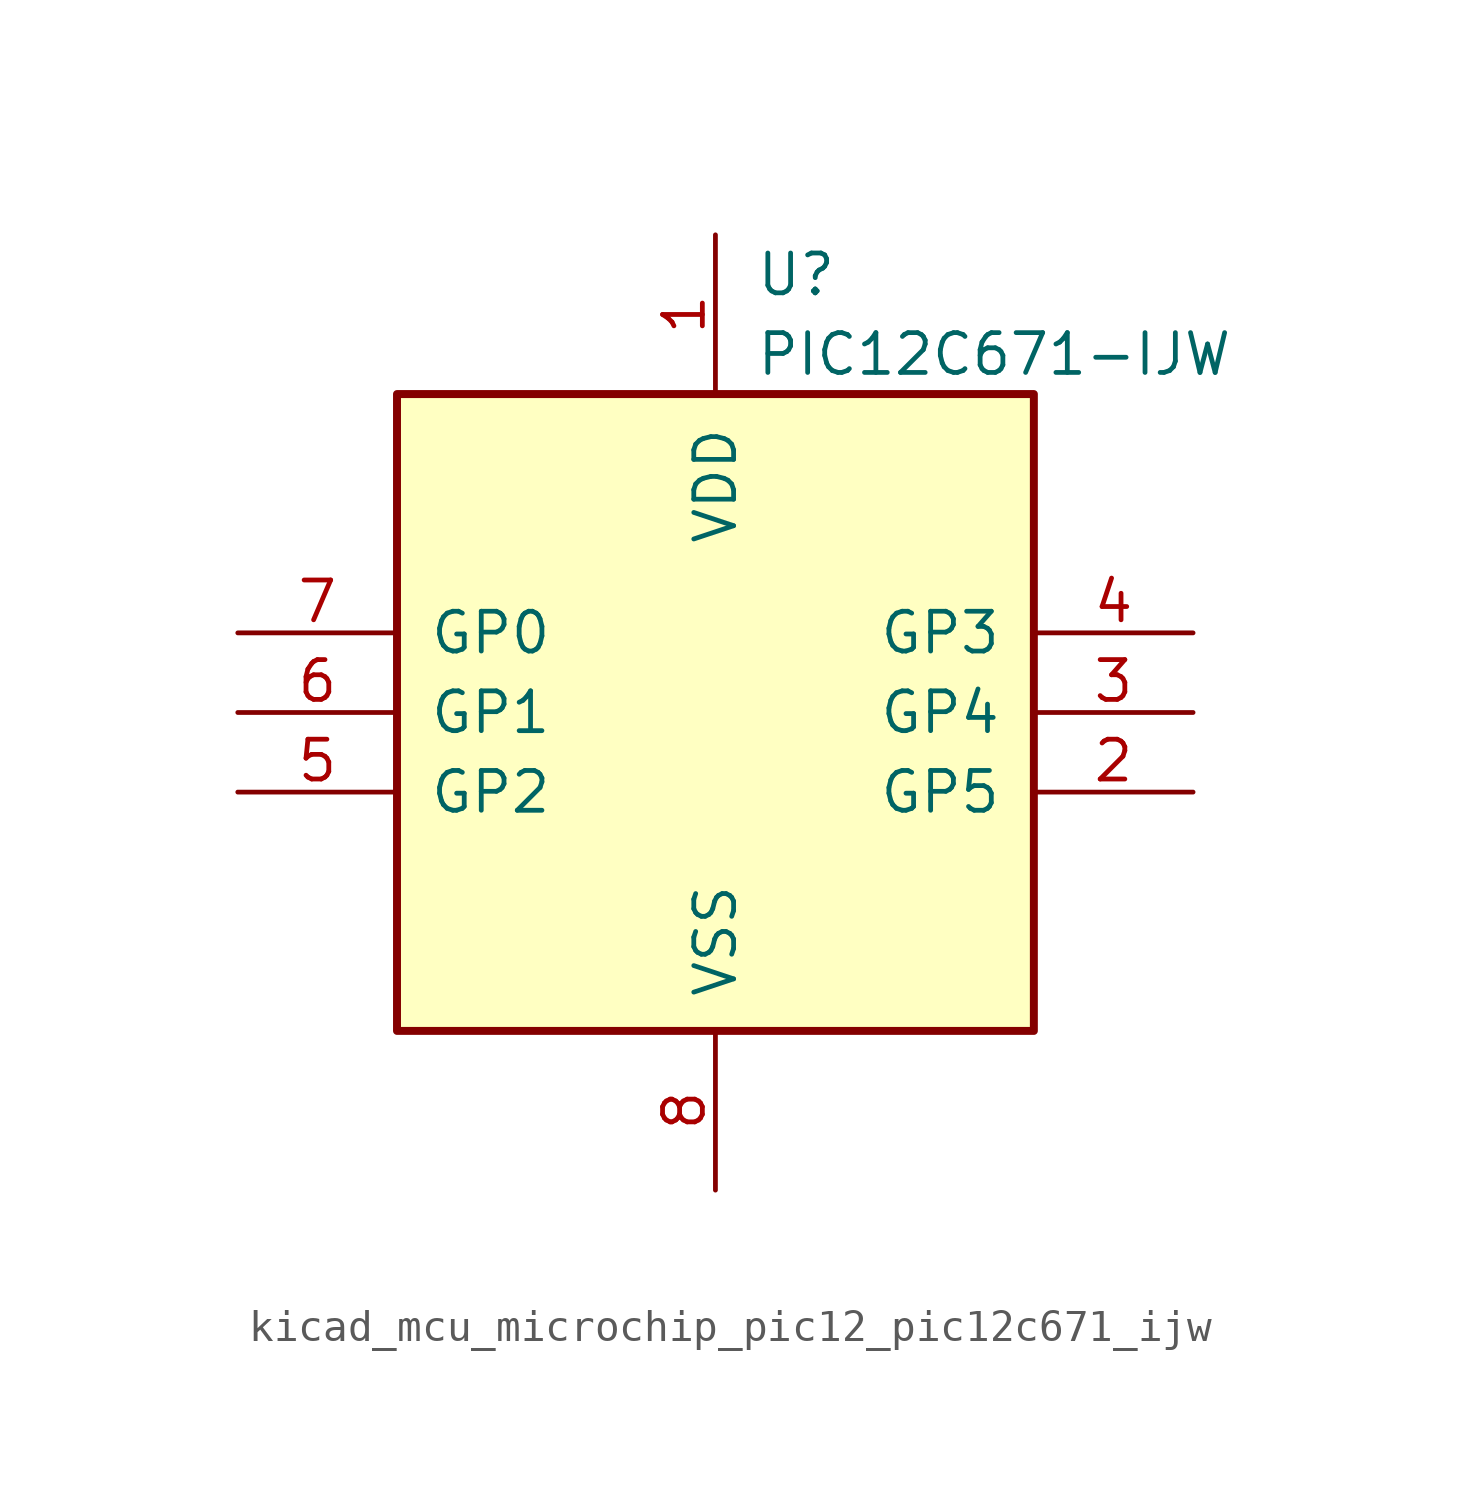
<source format=kicad_sym>
(kicad_symbol_lib
  (version 20220914)
  (generator kicad_symbol_editor)
  (symbol "kicad_mcu_microchip_pic12_pic12c671_ijw"
    (pin_names
      (offset 1.016))
    (property "Reference" "U"
      (at 1.27 13.97 0)
      (effects (font (size 1.27 1.27)) (justify left)))
    (property "Value" "PIC12C671-IJW"
      (at 1.27 11.43 0)
      (effects (font (size 1.27 1.27)) (justify left)))
    (symbol "kicad_mcu_microchip_pic12_pic12c671_ijw_0_1"
      (rectangle (start 10.16 -10.16) (end -10.16 10.16) (stroke (width 0.254) (type default)) (fill (type background))))
    (symbol "kicad_mcu_microchip_pic12_pic12c671_ijw_1_1"
      (pin power_in line (at 0 15.24 270) (length 5.08) (name "VDD" (effects (font (size 1.27 1.27)))) (number "1" (effects (font (size 1.27 1.27)))))
      (pin bidirectional line (at 15.24 -2.54 180) (length 5.08) (name "GP5" (effects (font (size 1.27 1.27)))) (number "2" (effects (font (size 1.27 1.27)))))
      (pin bidirectional line (at 15.24 0 180) (length 5.08) (name "GP4" (effects (font (size 1.27 1.27)))) (number "3" (effects (font (size 1.27 1.27)))))
      (pin input line (at 15.24 2.54 180) (length 5.08) (name "GP3" (effects (font (size 1.27 1.27)))) (number "4" (effects (font (size 1.27 1.27)))))
      (pin bidirectional line (at -15.24 -2.54 0) (length 5.08) (name "GP2" (effects (font (size 1.27 1.27)))) (number "5" (effects (font (size 1.27 1.27)))))
      (pin bidirectional line (at -15.24 0 0) (length 5.08) (name "GP1" (effects (font (size 1.27 1.27)))) (number "6" (effects (font (size 1.27 1.27)))))
      (pin bidirectional line (at -15.24 2.54 0) (length 5.08) (name "GP0" (effects (font (size 1.27 1.27)))) (number "7" (effects (font (size 1.27 1.27)))))
      (pin power_in line (at 0 -15.24 90) (length 5.08) (name "VSS" (effects (font (size 1.27 1.27)))) (number "8" (effects (font (size 1.27 1.27))))))))
</source>
